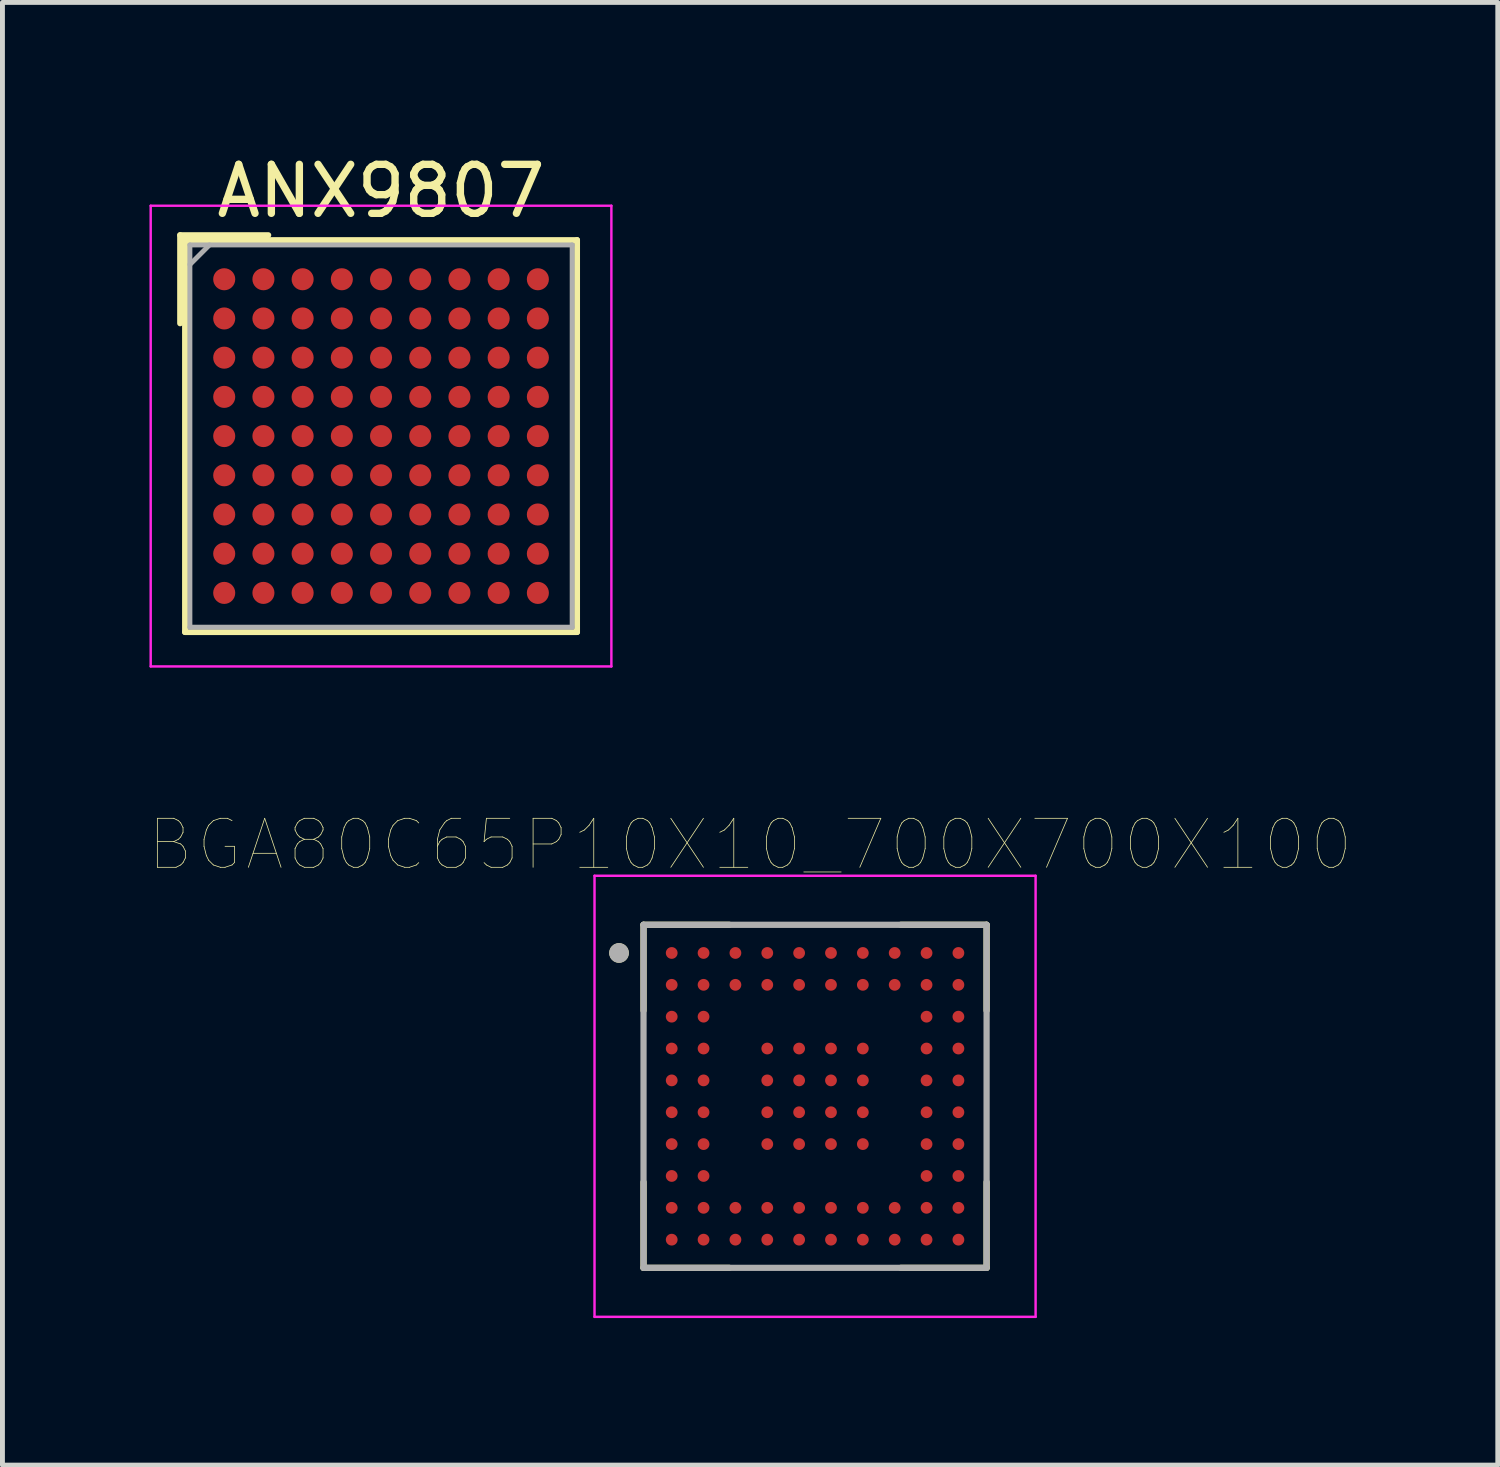
<source format=kicad_pcb>
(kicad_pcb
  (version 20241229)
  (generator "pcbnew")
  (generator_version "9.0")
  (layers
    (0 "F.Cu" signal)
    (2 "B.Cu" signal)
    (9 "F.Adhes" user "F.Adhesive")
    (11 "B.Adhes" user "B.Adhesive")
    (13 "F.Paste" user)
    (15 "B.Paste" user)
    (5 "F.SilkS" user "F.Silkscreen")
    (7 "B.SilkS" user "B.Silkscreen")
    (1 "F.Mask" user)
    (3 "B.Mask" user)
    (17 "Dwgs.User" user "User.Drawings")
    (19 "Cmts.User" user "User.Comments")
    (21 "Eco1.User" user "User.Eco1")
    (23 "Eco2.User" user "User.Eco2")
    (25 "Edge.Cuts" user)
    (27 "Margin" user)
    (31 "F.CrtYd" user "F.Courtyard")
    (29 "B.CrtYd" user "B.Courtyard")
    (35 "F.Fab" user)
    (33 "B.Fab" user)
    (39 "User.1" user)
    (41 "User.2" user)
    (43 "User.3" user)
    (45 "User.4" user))
  (footprint "BGA80C65P10X10_700X700X100"
    (layer "F.Cu")
    (at 13.581 19.32)
    (property "Reference" "BGA80C65P10X10_700X700X100" (at -1.325 -5.135 0) (layer "F.SilkS") (effects (font (size 1 1) (thickness 0.015))))
    (attr through_hole)
    (fp_line (start -3.5 -3.5) (end -3.5 -1.75) (stroke (width 0.127) (type solid)) (layer "F.SilkS"))
    (fp_line (start -3.5 -3.5) (end -1.75 -3.5) (stroke (width 0.127) (type solid)) (layer "F.SilkS"))
    (fp_line (start -3.5 3.5) (end -3.5 1.75) (stroke (width 0.127) (type solid)) (layer "F.SilkS"))
    (fp_line (start -3.5 3.5) (end -1.75 3.5) (stroke (width 0.127) (type solid)) (layer "F.SilkS"))
    (fp_line (start 3.5 -3.5) (end 1.75 -3.5) (stroke (width 0.127) (type solid)) (layer "F.SilkS"))
    (fp_line (start 3.5 -3.5) (end 3.5 -1.75) (stroke (width 0.127) (type solid)) (layer "F.SilkS"))
    (fp_line (start 3.5 3.5) (end 1.75 3.5) (stroke (width 0.127) (type solid)) (layer "F.SilkS"))
    (fp_line (start 3.5 3.5) (end 3.5 1.75) (stroke (width 0.127) (type solid)) (layer "F.SilkS"))
    (fp_circle (center -4 -2.925) (end -3.9 -2.925) (stroke (width 0.2) (type solid)) (fill no) (layer "F.SilkS"))
    (fp_line (start -4.5 -4.5) (end 4.5 -4.5) (stroke (width 0.05) (type solid)) (layer "F.CrtYd"))
    (fp_line (start -4.5 4.5) (end -4.5 -4.5) (stroke (width 0.05) (type solid)) (layer "F.CrtYd"))
    (fp_line (start -4.5 4.5) (end 4.5 4.5) (stroke (width 0.05) (type solid)) (layer "F.CrtYd"))
    (fp_line (start 4.5 4.5) (end 4.5 -4.5) (stroke (width 0.05) (type solid)) (layer "F.CrtYd"))
    (fp_line (start -3.5 3.5) (end -3.5 -3.5) (stroke (width 0.127) (type solid)) (layer "F.Fab"))
    (fp_line (start 3.5 -3.5) (end -3.5 -3.5) (stroke (width 0.127) (type solid)) (layer "F.Fab"))
    (fp_line (start 3.5 3.5) (end -3.5 3.5) (stroke (width 0.127) (type solid)) (layer "F.Fab"))
    (fp_line (start 3.5 3.5) (end 3.5 -3.5) (stroke (width 0.127) (type solid)) (layer "F.Fab"))
    (fp_circle (center -4 -2.925) (end -3.9 -2.925) (stroke (width 0.2) (type solid)) (fill no) (layer "F.Fab"))
    (pad "A1" smd circle (at -2.925 -2.925) (size 0.24 0.24) (layers "F.Cu" "F.Mask" "F.Paste"))
    (pad "A2" smd circle (at -2.275 -2.925) (size 0.24 0.24) (layers "F.Cu" "F.Mask" "F.Paste"))
    (pad "A3" smd circle (at -1.625 -2.925) (size 0.24 0.24) (layers "F.Cu" "F.Mask" "F.Paste"))
    (pad "A4" smd circle (at -0.975 -2.925) (size 0.24 0.24) (layers "F.Cu" "F.Mask" "F.Paste"))
    (pad "A5" smd circle (at -0.325 -2.925) (size 0.24 0.24) (layers "F.Cu" "F.Mask" "F.Paste"))
    (pad "A6" smd circle (at 0.325 -2.925) (size 0.24 0.24) (layers "F.Cu" "F.Mask" "F.Paste"))
    (pad "A7" smd circle (at 0.975 -2.925) (size 0.24 0.24) (layers "F.Cu" "F.Mask" "F.Paste"))
    (pad "A8" smd circle (at 1.625 -2.925) (size 0.24 0.24) (layers "F.Cu" "F.Mask" "F.Paste"))
    (pad "A9" smd circle (at 2.275 -2.925) (size 0.24 0.24) (layers "F.Cu" "F.Mask" "F.Paste"))
    (pad "A10" smd circle (at 2.925 -2.925) (size 0.24 0.24) (layers "F.Cu" "F.Mask" "F.Paste"))
    (pad "B1" smd circle (at -2.925 -2.275) (size 0.24 0.24) (layers "F.Cu" "F.Mask" "F.Paste"))
    (pad "B2" smd circle (at -2.275 -2.275) (size 0.24 0.24) (layers "F.Cu" "F.Mask" "F.Paste"))
    (pad "B3" smd circle (at -1.625 -2.275) (size 0.24 0.24) (layers "F.Cu" "F.Mask" "F.Paste"))
    (pad "B4" smd circle (at -0.975 -2.275) (size 0.24 0.24) (layers "F.Cu" "F.Mask" "F.Paste"))
    (pad "B5" smd circle (at -0.325 -2.275) (size 0.24 0.24) (layers "F.Cu" "F.Mask" "F.Paste"))
    (pad "B6" smd circle (at 0.325 -2.275) (size 0.24 0.24) (layers "F.Cu" "F.Mask" "F.Paste"))
    (pad "B7" smd circle (at 0.975 -2.275) (size 0.24 0.24) (layers "F.Cu" "F.Mask" "F.Paste"))
    (pad "B8" smd circle (at 1.625 -2.275) (size 0.24 0.24) (layers "F.Cu" "F.Mask" "F.Paste"))
    (pad "B9" smd circle (at 2.275 -2.275) (size 0.24 0.24) (layers "F.Cu" "F.Mask" "F.Paste"))
    (pad "B10" smd circle (at 2.925 -2.275) (size 0.24 0.24) (layers "F.Cu" "F.Mask" "F.Paste"))
    (pad "C1" smd circle (at -2.925 -1.625) (size 0.24 0.24) (layers "F.Cu" "F.Mask" "F.Paste"))
    (pad "C2" smd circle (at -2.275 -1.625) (size 0.24 0.24) (layers "F.Cu" "F.Mask" "F.Paste"))
    (pad "C9" smd circle (at 2.275 -1.625) (size 0.24 0.24) (layers "F.Cu" "F.Mask" "F.Paste"))
    (pad "C10" smd circle (at 2.925 -1.625) (size 0.24 0.24) (layers "F.Cu" "F.Mask" "F.Paste"))
    (pad "D1" smd circle (at -2.925 -0.975) (size 0.24 0.24) (layers "F.Cu" "F.Mask" "F.Paste"))
    (pad "D2" smd circle (at -2.275 -0.975) (size 0.24 0.24) (layers "F.Cu" "F.Mask" "F.Paste"))
    (pad "D4" smd circle (at -0.975 -0.975) (size 0.24 0.24) (layers "F.Cu" "F.Mask" "F.Paste"))
    (pad "D5" smd circle (at -0.325 -0.975) (size 0.24 0.24) (layers "F.Cu" "F.Mask" "F.Paste"))
    (pad "D6" smd circle (at 0.325 -0.975) (size 0.24 0.24) (layers "F.Cu" "F.Mask" "F.Paste"))
    (pad "D7" smd circle (at 0.975 -0.975) (size 0.24 0.24) (layers "F.Cu" "F.Mask" "F.Paste"))
    (pad "D9" smd circle (at 2.275 -0.975) (size 0.24 0.24) (layers "F.Cu" "F.Mask" "F.Paste"))
    (pad "D10" smd circle (at 2.925 -0.975) (size 0.24 0.24) (layers "F.Cu" "F.Mask" "F.Paste"))
    (pad "E1" smd circle (at -2.925 -0.325) (size 0.24 0.24) (layers "F.Cu" "F.Mask" "F.Paste"))
    (pad "E2" smd circle (at -2.275 -0.325) (size 0.24 0.24) (layers "F.Cu" "F.Mask" "F.Paste"))
    (pad "E4" smd circle (at -0.975 -0.325) (size 0.24 0.24) (layers "F.Cu" "F.Mask" "F.Paste"))
    (pad "E5" smd circle (at -0.325 -0.325) (size 0.24 0.24) (layers "F.Cu" "F.Mask" "F.Paste"))
    (pad "E6" smd circle (at 0.325 -0.325) (size 0.24 0.24) (layers "F.Cu" "F.Mask" "F.Paste"))
    (pad "E7" smd circle (at 0.975 -0.325) (size 0.24 0.24) (layers "F.Cu" "F.Mask" "F.Paste"))
    (pad "E9" smd circle (at 2.275 -0.325) (size 0.24 0.24) (layers "F.Cu" "F.Mask" "F.Paste"))
    (pad "E10" smd circle (at 2.925 -0.325) (size 0.24 0.24) (layers "F.Cu" "F.Mask" "F.Paste"))
    (pad "F1" smd circle (at -2.925 0.325) (size 0.24 0.24) (layers "F.Cu" "F.Mask" "F.Paste"))
    (pad "F2" smd circle (at -2.275 0.325) (size 0.24 0.24) (layers "F.Cu" "F.Mask" "F.Paste"))
    (pad "F4" smd circle (at -0.975 0.325) (size 0.24 0.24) (layers "F.Cu" "F.Mask" "F.Paste"))
    (pad "F5" smd circle (at -0.325 0.325) (size 0.24 0.24) (layers "F.Cu" "F.Mask" "F.Paste"))
    (pad "F6" smd circle (at 0.325 0.325) (size 0.24 0.24) (layers "F.Cu" "F.Mask" "F.Paste"))
    (pad "F7" smd circle (at 0.975 0.325) (size 0.24 0.24) (layers "F.Cu" "F.Mask" "F.Paste"))
    (pad "F9" smd circle (at 2.275 0.325) (size 0.24 0.24) (layers "F.Cu" "F.Mask" "F.Paste"))
    (pad "F10" smd circle (at 2.925 0.325) (size 0.24 0.24) (layers "F.Cu" "F.Mask" "F.Paste"))
    (pad "G1" smd circle (at -2.925 0.975) (size 0.24 0.24) (layers "F.Cu" "F.Mask" "F.Paste"))
    (pad "G2" smd circle (at -2.275 0.975) (size 0.24 0.24) (layers "F.Cu" "F.Mask" "F.Paste"))
    (pad "G4" smd circle (at -0.975 0.975) (size 0.24 0.24) (layers "F.Cu" "F.Mask" "F.Paste"))
    (pad "G5" smd circle (at -0.325 0.975) (size 0.24 0.24) (layers "F.Cu" "F.Mask" "F.Paste"))
    (pad "G6" smd circle (at 0.325 0.975) (size 0.24 0.24) (layers "F.Cu" "F.Mask" "F.Paste"))
    (pad "G7" smd circle (at 0.975 0.975) (size 0.24 0.24) (layers "F.Cu" "F.Mask" "F.Paste"))
    (pad "G9" smd circle (at 2.275 0.975) (size 0.24 0.24) (layers "F.Cu" "F.Mask" "F.Paste"))
    (pad "G10" smd circle (at 2.925 0.975) (size 0.24 0.24) (layers "F.Cu" "F.Mask" "F.Paste"))
    (pad "H1" smd circle (at -2.925 1.625) (size 0.24 0.24) (layers "F.Cu" "F.Mask" "F.Paste"))
    (pad "H2" smd circle (at -2.275 1.625) (size 0.24 0.24) (layers "F.Cu" "F.Mask" "F.Paste"))
    (pad "H9" smd circle (at 2.275 1.625) (size 0.24 0.24) (layers "F.Cu" "F.Mask" "F.Paste"))
    (pad "H10" smd circle (at 2.925 1.625) (size 0.24 0.24) (layers "F.Cu" "F.Mask" "F.Paste"))
    (pad "J1" smd circle (at -2.925 2.275) (size 0.24 0.24) (layers "F.Cu" "F.Mask" "F.Paste"))
    (pad "J2" smd circle (at -2.275 2.275) (size 0.24 0.24) (layers "F.Cu" "F.Mask" "F.Paste"))
    (pad "J3" smd circle (at -1.625 2.275) (size 0.24 0.24) (layers "F.Cu" "F.Mask" "F.Paste"))
    (pad "J4" smd circle (at -0.975 2.275) (size 0.24 0.24) (layers "F.Cu" "F.Mask" "F.Paste"))
    (pad "J5" smd circle (at -0.325 2.275) (size 0.24 0.24) (layers "F.Cu" "F.Mask" "F.Paste"))
    (pad "J6" smd circle (at 0.325 2.275) (size 0.24 0.24) (layers "F.Cu" "F.Mask" "F.Paste"))
    (pad "J7" smd circle (at 0.975 2.275) (size 0.24 0.24) (layers "F.Cu" "F.Mask" "F.Paste"))
    (pad "J8" smd circle (at 1.625 2.275) (size 0.24 0.24) (layers "F.Cu" "F.Mask" "F.Paste"))
    (pad "J9" smd circle (at 2.275 2.275) (size 0.24 0.24) (layers "F.Cu" "F.Mask" "F.Paste"))
    (pad "J10" smd circle (at 2.925 2.275) (size 0.24 0.24) (layers "F.Cu" "F.Mask" "F.Paste"))
    (pad "K1" smd circle (at -2.925 2.925) (size 0.24 0.24) (layers "F.Cu" "F.Mask" "F.Paste"))
    (pad "K2" smd circle (at -2.275 2.925) (size 0.24 0.24) (layers "F.Cu" "F.Mask" "F.Paste"))
    (pad "K3" smd circle (at -1.625 2.925) (size 0.24 0.24) (layers "F.Cu" "F.Mask" "F.Paste"))
    (pad "K4" smd circle (at -0.975 2.925) (size 0.24 0.24) (layers "F.Cu" "F.Mask" "F.Paste"))
    (pad "K5" smd circle (at -0.325 2.925) (size 0.24 0.24) (layers "F.Cu" "F.Mask" "F.Paste"))
    (pad "K6" smd circle (at 0.325 2.925) (size 0.24 0.24) (layers "F.Cu" "F.Mask" "F.Paste"))
    (pad "K7" smd circle (at 0.975 2.925) (size 0.24 0.24) (layers "F.Cu" "F.Mask" "F.Paste"))
    (pad "K8" smd circle (at 1.625 2.925) (size 0.24 0.24) (layers "F.Cu" "F.Mask" "F.Paste"))
    (pad "K9" smd circle (at 2.275 2.925) (size 0.24 0.24) (layers "F.Cu" "F.Mask" "F.Paste"))
    (pad "K10" smd circle (at 2.925 2.925) (size 0.24 0.24) (layers "F.Cu" "F.Mask" "F.Paste")))
  (footprint "ANX9807"
    (layer "F.Cu")
    (at 4.725 5.848)
    (property "Reference" "ANX9807" (at 0 -5 0) (layer "F.SilkS") (effects (font (size 1 1) (thickness 0.15))))
    (attr smd)
    (fp_line (start -4.1 -4.1) (end -2.3 -4.1) (stroke (width 0.12) (type solid)) (layer "F.SilkS"))
    (fp_line (start -4.1 -2.3) (end -4.1 -4.1) (stroke (width 0.12) (type solid)) (layer "F.SilkS"))
    (fp_line (start -4 -4) (end -4 4) (stroke (width 0.12) (type solid)) (layer "F.SilkS"))
    (fp_line (start -4 4) (end 4 4) (stroke (width 0.12) (type solid)) (layer "F.SilkS"))
    (fp_line (start 4 -4) (end -4 -4) (stroke (width 0.12) (type solid)) (layer "F.SilkS"))
    (fp_line (start 4 4) (end 4 -4) (stroke (width 0.12) (type solid)) (layer "F.SilkS"))
    (fp_line (start -4.7 -4.7) (end -4.7 4.7) (stroke (width 0.05) (type solid)) (layer "F.CrtYd"))
    (fp_line (start -4.7 4.7) (end 4.7 4.7) (stroke (width 0.05) (type solid)) (layer "F.CrtYd"))
    (fp_line (start 4.7 -4.7) (end -4.7 -4.7) (stroke (width 0.05) (type solid)) (layer "F.CrtYd"))
    (fp_line (start 4.7 4.7) (end 4.7 -4.7) (stroke (width 0.05) (type solid)) (layer "F.CrtYd"))
    (fp_line (start -3.9 -3.9) (end -3.9 3.9) (stroke (width 0.1) (type solid)) (layer "F.Fab"))
    (fp_line (start -3.9 -3.5) (end -3.5 -3.9) (stroke (width 0.1) (type solid)) (layer "F.Fab"))
    (fp_line (start -3.9 3.9) (end 3.9 3.9) (stroke (width 0.1) (type solid)) (layer "F.Fab"))
    (fp_line (start 3.9 -3.9) (end -3.9 -3.9) (stroke (width 0.1) (type solid)) (layer "F.Fab"))
    (fp_line (start 3.9 3.9) (end 3.9 -3.9) (stroke (width 0.1) (type solid)) (layer "F.Fab"))
    (pad "A1" smd circle (at -3.2 -3.2) (size 0.45 0.45) (layers "F.Cu" "F.Mask" "F.Paste"))
    (pad "A2" smd circle (at -2.4 -3.2) (size 0.45 0.45) (layers "F.Cu" "F.Mask" "F.Paste"))
    (pad "A3" smd circle (at -1.6 -3.2) (size 0.45 0.45) (layers "F.Cu" "F.Mask" "F.Paste"))
    (pad "A4" smd circle (at -0.8 -3.2) (size 0.45 0.45) (layers "F.Cu" "F.Mask" "F.Paste"))
    (pad "A5" smd circle (at 0 -3.2) (size 0.45 0.45) (layers "F.Cu" "F.Mask" "F.Paste"))
    (pad "A6" smd circle (at 0.8 -3.2) (size 0.45 0.45) (layers "F.Cu" "F.Mask" "F.Paste"))
    (pad "A7" smd circle (at 1.6 -3.2) (size 0.45 0.45) (layers "F.Cu" "F.Mask" "F.Paste"))
    (pad "A8" smd circle (at 2.4 -3.2) (size 0.45 0.45) (layers "F.Cu" "F.Mask" "F.Paste"))
    (pad "A9" smd circle (at 3.2 -3.2) (size 0.45 0.45) (layers "F.Cu" "F.Mask" "F.Paste"))
    (pad "B1" smd circle (at -3.2 -2.4) (size 0.45 0.45) (layers "F.Cu" "F.Mask" "F.Paste"))
    (pad "B2" smd circle (at -2.4 -2.4) (size 0.45 0.45) (layers "F.Cu" "F.Mask" "F.Paste"))
    (pad "B3" smd circle (at -1.6 -2.4) (size 0.45 0.45) (layers "F.Cu" "F.Mask" "F.Paste"))
    (pad "B4" smd circle (at -0.8 -2.4) (size 0.45 0.45) (layers "F.Cu" "F.Mask" "F.Paste"))
    (pad "B5" smd circle (at 0 -2.4) (size 0.45 0.45) (layers "F.Cu" "F.Mask" "F.Paste"))
    (pad "B6" smd circle (at 0.8 -2.4) (size 0.45 0.45) (layers "F.Cu" "F.Mask" "F.Paste"))
    (pad "B7" smd circle (at 1.6 -2.4) (size 0.45 0.45) (layers "F.Cu" "F.Mask" "F.Paste"))
    (pad "B8" smd circle (at 2.4 -2.4) (size 0.45 0.45) (layers "F.Cu" "F.Mask" "F.Paste"))
    (pad "B9" smd circle (at 3.2 -2.4) (size 0.45 0.45) (layers "F.Cu" "F.Mask" "F.Paste"))
    (pad "C1" smd circle (at -3.2 -1.6) (size 0.45 0.45) (layers "F.Cu" "F.Mask" "F.Paste"))
    (pad "C2" smd circle (at -2.4 -1.6) (size 0.45 0.45) (layers "F.Cu" "F.Mask" "F.Paste"))
    (pad "C3" smd circle (at -1.6 -1.6) (size 0.45 0.45) (layers "F.Cu" "F.Mask" "F.Paste"))
    (pad "C4" smd circle (at -0.8 -1.6) (size 0.45 0.45) (layers "F.Cu" "F.Mask" "F.Paste"))
    (pad "C5" smd circle (at 0 -1.6) (size 0.45 0.45) (layers "F.Cu" "F.Mask" "F.Paste"))
    (pad "C6" smd circle (at 0.8 -1.6) (size 0.45 0.45) (layers "F.Cu" "F.Mask" "F.Paste"))
    (pad "C7" smd circle (at 1.6 -1.6) (size 0.45 0.45) (layers "F.Cu" "F.Mask" "F.Paste"))
    (pad "C8" smd circle (at 2.4 -1.6) (size 0.45 0.45) (layers "F.Cu" "F.Mask" "F.Paste"))
    (pad "C9" smd circle (at 3.2 -1.6) (size 0.45 0.45) (layers "F.Cu" "F.Mask" "F.Paste"))
    (pad "D1" smd circle (at -3.2 -0.8) (size 0.45 0.45) (layers "F.Cu" "F.Mask" "F.Paste"))
    (pad "D2" smd circle (at -2.4 -0.8) (size 0.45 0.45) (layers "F.Cu" "F.Mask" "F.Paste"))
    (pad "D3" smd circle (at -1.6 -0.8) (size 0.45 0.45) (layers "F.Cu" "F.Mask" "F.Paste"))
    (pad "D4" smd circle (at -0.8 -0.8) (size 0.45 0.45) (layers "F.Cu" "F.Mask" "F.Paste"))
    (pad "D5" smd circle (at 0 -0.8) (size 0.45 0.45) (layers "F.Cu" "F.Mask" "F.Paste"))
    (pad "D6" smd circle (at 0.8 -0.8) (size 0.45 0.45) (layers "F.Cu" "F.Mask" "F.Paste"))
    (pad "D7" smd circle (at 1.6 -0.8) (size 0.45 0.45) (layers "F.Cu" "F.Mask" "F.Paste"))
    (pad "D8" smd circle (at 2.4 -0.8) (size 0.45 0.45) (layers "F.Cu" "F.Mask" "F.Paste"))
    (pad "D9" smd circle (at 3.2 -0.8) (size 0.45 0.45) (layers "F.Cu" "F.Mask" "F.Paste"))
    (pad "E1" smd circle (at -3.2 0) (size 0.45 0.45) (layers "F.Cu" "F.Mask" "F.Paste"))
    (pad "E2" smd circle (at -2.4 0) (size 0.45 0.45) (layers "F.Cu" "F.Mask" "F.Paste"))
    (pad "E3" smd circle (at -1.6 0) (size 0.45 0.45) (layers "F.Cu" "F.Mask" "F.Paste"))
    (pad "E4" smd circle (at -0.8 0) (size 0.45 0.45) (layers "F.Cu" "F.Mask" "F.Paste"))
    (pad "E5" smd circle (at 0 0) (size 0.45 0.45) (layers "F.Cu" "F.Mask" "F.Paste"))
    (pad "E6" smd circle (at 0.8 0) (size 0.45 0.45) (layers "F.Cu" "F.Mask" "F.Paste"))
    (pad "E7" smd circle (at 1.6 0) (size 0.45 0.45) (layers "F.Cu" "F.Mask" "F.Paste"))
    (pad "E8" smd circle (at 2.4 0) (size 0.45 0.45) (layers "F.Cu" "F.Mask" "F.Paste"))
    (pad "E9" smd circle (at 3.2 0) (size 0.45 0.45) (layers "F.Cu" "F.Mask" "F.Paste"))
    (pad "F1" smd circle (at -3.2 0.8) (size 0.45 0.45) (layers "F.Cu" "F.Mask" "F.Paste"))
    (pad "F2" smd circle (at -2.4 0.8) (size 0.45 0.45) (layers "F.Cu" "F.Mask" "F.Paste"))
    (pad "F3" smd circle (at -1.6 0.8) (size 0.45 0.45) (layers "F.Cu" "F.Mask" "F.Paste"))
    (pad "F4" smd circle (at -0.8 0.8) (size 0.45 0.45) (layers "F.Cu" "F.Mask" "F.Paste"))
    (pad "F5" smd circle (at 0 0.8) (size 0.45 0.45) (layers "F.Cu" "F.Mask" "F.Paste"))
    (pad "F6" smd circle (at 0.8 0.8) (size 0.45 0.45) (layers "F.Cu" "F.Mask" "F.Paste"))
    (pad "F7" smd circle (at 1.6 0.8) (size 0.45 0.45) (layers "F.Cu" "F.Mask" "F.Paste"))
    (pad "F8" smd circle (at 2.4 0.8) (size 0.45 0.45) (layers "F.Cu" "F.Mask" "F.Paste"))
    (pad "F9" smd circle (at 3.2 0.8) (size 0.45 0.45) (layers "F.Cu" "F.Mask" "F.Paste"))
    (pad "G1" smd circle (at -3.2 1.6) (size 0.45 0.45) (layers "F.Cu" "F.Mask" "F.Paste"))
    (pad "G2" smd circle (at -2.4 1.6) (size 0.45 0.45) (layers "F.Cu" "F.Mask" "F.Paste"))
    (pad "G3" smd circle (at -1.6 1.6) (size 0.45 0.45) (layers "F.Cu" "F.Mask" "F.Paste"))
    (pad "G4" smd circle (at -0.8 1.6) (size 0.45 0.45) (layers "F.Cu" "F.Mask" "F.Paste"))
    (pad "G5" smd circle (at 0 1.6) (size 0.45 0.45) (layers "F.Cu" "F.Mask" "F.Paste"))
    (pad "G6" smd circle (at 0.8 1.6) (size 0.45 0.45) (layers "F.Cu" "F.Mask" "F.Paste"))
    (pad "G7" smd circle (at 1.6 1.6) (size 0.45 0.45) (layers "F.Cu" "F.Mask" "F.Paste"))
    (pad "G8" smd circle (at 2.4 1.6) (size 0.45 0.45) (layers "F.Cu" "F.Mask" "F.Paste"))
    (pad "G9" smd circle (at 3.2 1.6) (size 0.45 0.45) (layers "F.Cu" "F.Mask" "F.Paste"))
    (pad "H1" smd circle (at -3.2 2.4) (size 0.45 0.45) (layers "F.Cu" "F.Mask" "F.Paste"))
    (pad "H2" smd circle (at -2.4 2.4) (size 0.45 0.45) (layers "F.Cu" "F.Mask" "F.Paste"))
    (pad "H3" smd circle (at -1.6 2.4) (size 0.45 0.45) (layers "F.Cu" "F.Mask" "F.Paste"))
    (pad "H4" smd circle (at -0.8 2.4) (size 0.45 0.45) (layers "F.Cu" "F.Mask" "F.Paste"))
    (pad "H5" smd circle (at 0 2.4) (size 0.45 0.45) (layers "F.Cu" "F.Mask" "F.Paste"))
    (pad "H6" smd circle (at 0.8 2.4) (size 0.45 0.45) (layers "F.Cu" "F.Mask" "F.Paste"))
    (pad "H7" smd circle (at 1.6 2.4) (size 0.45 0.45) (layers "F.Cu" "F.Mask" "F.Paste"))
    (pad "H8" smd circle (at 2.4 2.4) (size 0.45 0.45) (layers "F.Cu" "F.Mask" "F.Paste"))
    (pad "H9" smd circle (at 3.2 2.4) (size 0.45 0.45) (layers "F.Cu" "F.Mask" "F.Paste"))
    (pad "J1" smd circle (at -3.2 3.2) (size 0.45 0.45) (layers "F.Cu" "F.Mask" "F.Paste"))
    (pad "J2" smd circle (at -2.4 3.2) (size 0.45 0.45) (layers "F.Cu" "F.Mask" "F.Paste"))
    (pad "J3" smd circle (at -1.6 3.2) (size 0.45 0.45) (layers "F.Cu" "F.Mask" "F.Paste"))
    (pad "J4" smd circle (at -0.8 3.2) (size 0.45 0.45) (layers "F.Cu" "F.Mask" "F.Paste"))
    (pad "J5" smd circle (at 0 3.2) (size 0.45 0.45) (layers "F.Cu" "F.Mask" "F.Paste"))
    (pad "J6" smd circle (at 0.8 3.2) (size 0.45 0.45) (layers "F.Cu" "F.Mask" "F.Paste"))
    (pad "J7" smd circle (at 1.6 3.2) (size 0.45 0.45) (layers "F.Cu" "F.Mask" "F.Paste"))
    (pad "J8" smd circle (at 2.4 3.2) (size 0.45 0.45) (layers "F.Cu" "F.Mask" "F.Paste"))
    (pad "J9" smd circle (at 3.2 3.2) (size 0.45 0.45) (layers "F.Cu" "F.Mask" "F.Paste")))
  (gr_rect
    (start -3 -3)
    (end 27.512 26.845)
    (stroke (width 0.1) (type default))
    (fill no)
    (layer "Edge.Cuts")))
</source>
